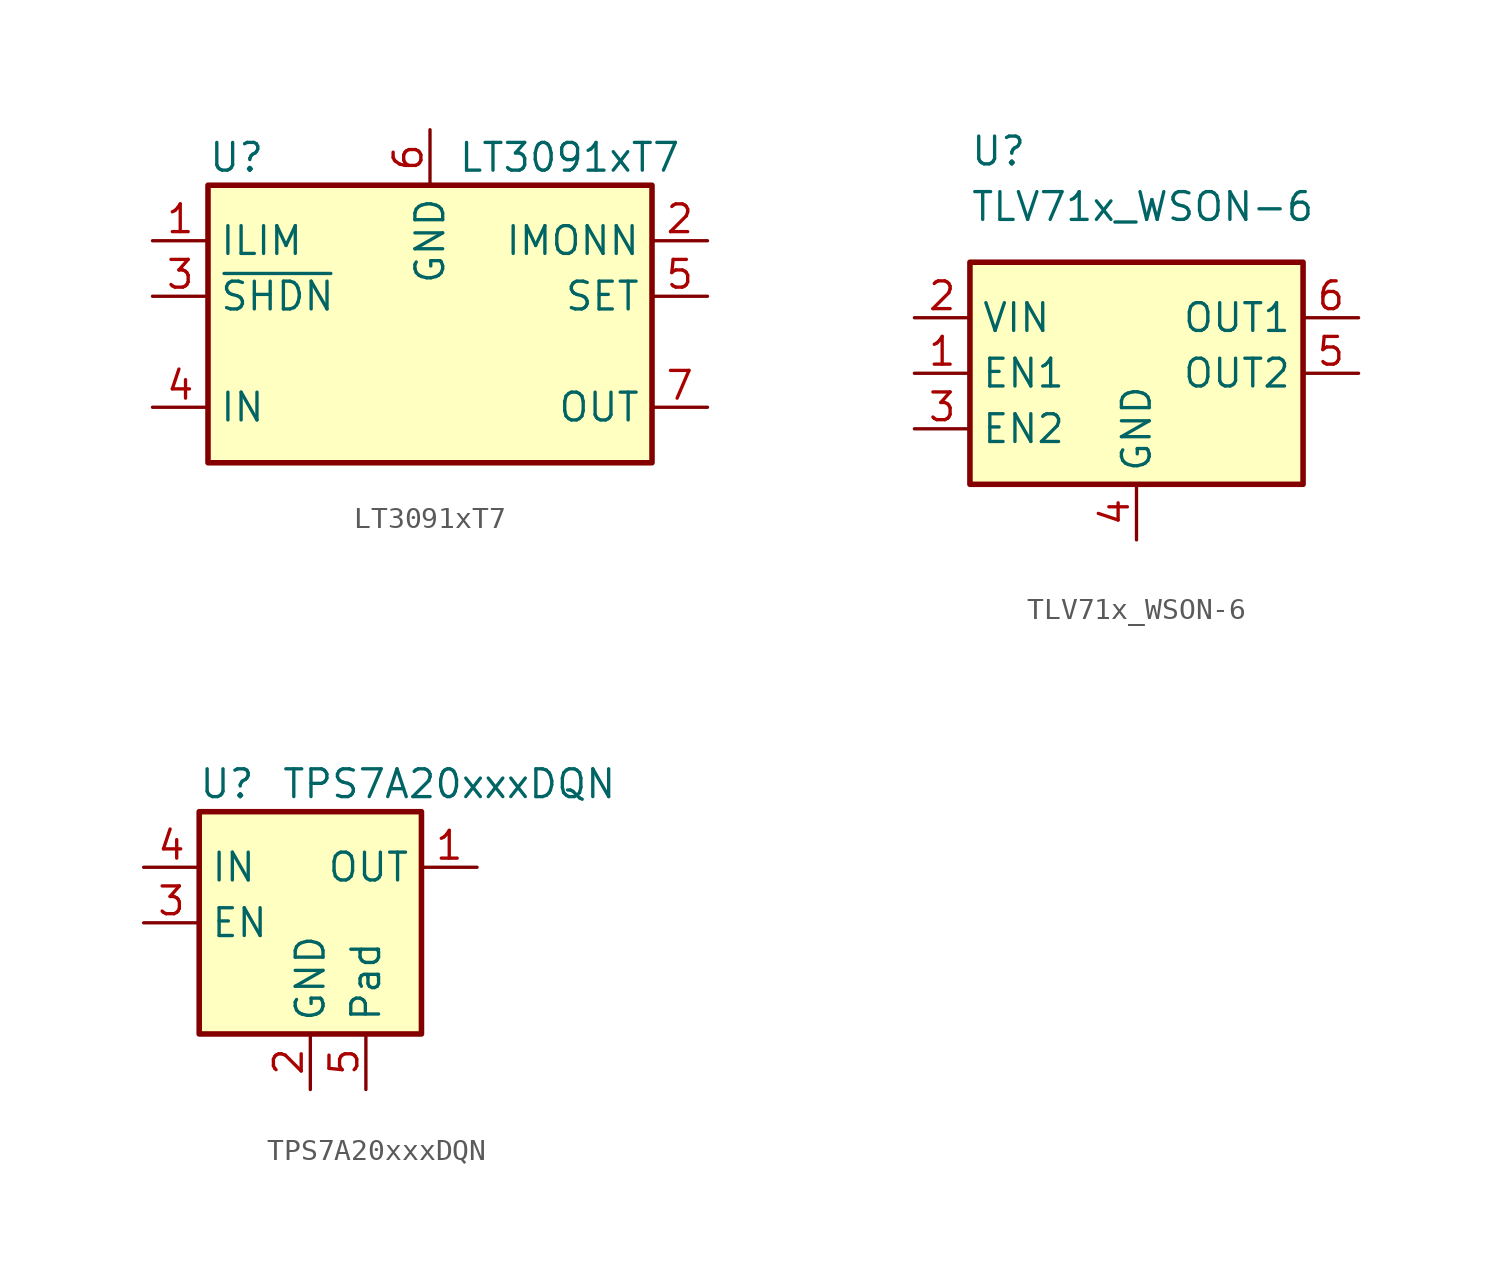
<source format=kicad_sym>
(kicad_symbol_lib
  (version 20231120)
  (generator "kicad_symbol_editor")
  (generator_version "8.0")
  (symbol "LT3091xT7"
    (property "Reference" "U"
      (at -10.16 8.89 0)
      (effects (font (size 1.27 1.27)) (justify left)))
    (property "Value" "LT3091xT7"
      (at 1.27 8.89 0)
      (effects (font (size 1.27 1.27)) (justify left)))
    (symbol "LT3091xT7_0_1"
      (polyline (pts (xy -10.16 7.62) (xy -10.16 -5.08) (xy 10.16 -5.08) (xy 10.16 7.62) (xy -10.16 7.62)) (stroke (width 0.254) (type default)) (fill (type background))))
    (symbol "LT3091xT7_1_0"
      (pin input line (at -12.7 5.08 0) (length 2.54) (name "ILIM" (effects (font (size 1.27 1.27)))) (number "1" (effects (font (size 1.27 1.27)))))
      (pin input line (at 12.7 5.08 180) (length 2.54) (name "IMONN" (effects (font (size 1.27 1.27)))) (number "2" (effects (font (size 1.27 1.27)))))
      (pin input line (at -12.7 2.54 0) (length 2.54) (name "~{SHDN}" (effects (font (size 1.27 1.27)))) (number "3" (effects (font (size 1.27 1.27)))))
      (pin input line (at 12.7 2.54 180) (length 2.54) (name "SET" (effects (font (size 1.27 1.27)))) (number "5" (effects (font (size 1.27 1.27)))))
      (pin power_out line (at 12.7 -2.54 180) (length 2.54) (name "OUT" (effects (font (size 1.27 1.27)))) (number "7" (effects (font (size 1.27 1.27))))))
    (symbol "LT3091xT7_1_1"
      (pin power_in line (at -12.7 -2.54 0) (length 2.54) (name "IN" (effects (font (size 1.27 1.27)))) (number "4" (effects (font (size 1.27 1.27)))))
      (pin power_in line (at 0 10.16 270) (length 2.54) (name "GND" (effects (font (size 1.27 1.27)))) (number "6" (effects (font (size 1.27 1.27)))))))
  (symbol "TLV71x_WSON-6"
    (property "Reference" "U"
      (at -7.62 10.16 0)
      (effects (font (size 1.27 1.27)) (justify left)))
    (property "Value" "TLV71x_WSON-6"
      (at -7.62 7.62 0)
      (effects (font (size 1.27 1.27)) (justify left)))
    (symbol "TLV71x_WSON-6_1_1"
      (rectangle (start -7.62 5.08) (end 7.62 -5.08) (stroke (width 0.254) (type default)) (fill (type background)))
      (pin input line (at -10.16 0 0) (length 2.54) (name "EN1" (effects (font (size 1.27 1.27)))) (number "1" (effects (font (size 1.27 1.27)))))
      (pin power_in line (at -10.16 2.54 0) (length 2.54) (name "VIN" (effects (font (size 1.27 1.27)))) (number "2" (effects (font (size 1.27 1.27)))))
      (pin input line (at -10.16 -2.54 0) (length 2.54) (name "EN2" (effects (font (size 1.27 1.27)))) (number "3" (effects (font (size 1.27 1.27)))))
      (pin power_in line (at 0 -7.62 90) (length 2.54) (name "GND" (effects (font (size 1.27 1.27)))) (number "4" (effects (font (size 1.27 1.27)))))
      (pin power_out line (at 10.16 0 180) (length 2.54) (name "OUT2" (effects (font (size 1.27 1.27)))) (number "5" (effects (font (size 1.27 1.27)))))
      (pin power_out line (at 10.16 2.54 180) (length 2.54) (name "OUT1" (effects (font (size 1.27 1.27)))) (number "6" (effects (font (size 1.27 1.27)))))))
  (symbol "TPS7A20xxxDQN"
    (property "Reference" "U"
      (at -3.81 6.35 0)
      (effects (font (size 1.27 1.27))))
    (property "Value" "TPS7A20xxxDQN"
      (at 6.35 6.35 0)
      (effects (font (size 1.27 1.27))))
    (symbol "TPS7A20xxxDQN_0_1"
      (rectangle (start -5.08 5.08) (end 5.08 -5.08) (stroke (width 0.254) (type default)) (fill (type background)))
      (pin power_out line (at 7.62 2.54 180) (length 2.54) (name "OUT" (effects (font (size 1.27 1.27)))) (number "1" (effects (font (size 1.27 1.27)))))
      (pin power_in line (at 0 -7.62 90) (length 2.54) (name "GND" (effects (font (size 1.27 1.27)))) (number "2" (effects (font (size 1.27 1.27)))))
      (pin input line (at -7.62 0 0) (length 2.54) (name "EN" (effects (font (size 1.27 1.27)))) (number "3" (effects (font (size 1.27 1.27)))))
      (pin power_in line (at -7.62 2.54 0) (length 2.54) (name "IN" (effects (font (size 1.27 1.27)))) (number "4" (effects (font (size 1.27 1.27))))))
    (symbol "TPS7A20xxxDQN_1_1"
      (pin passive line (at 2.54 -7.62 90) (length 2.54) (name "Pad" (effects (font (size 1.27 1.27)))) (number "5" (effects (font (size 1.27 1.27))))))))
</source>
